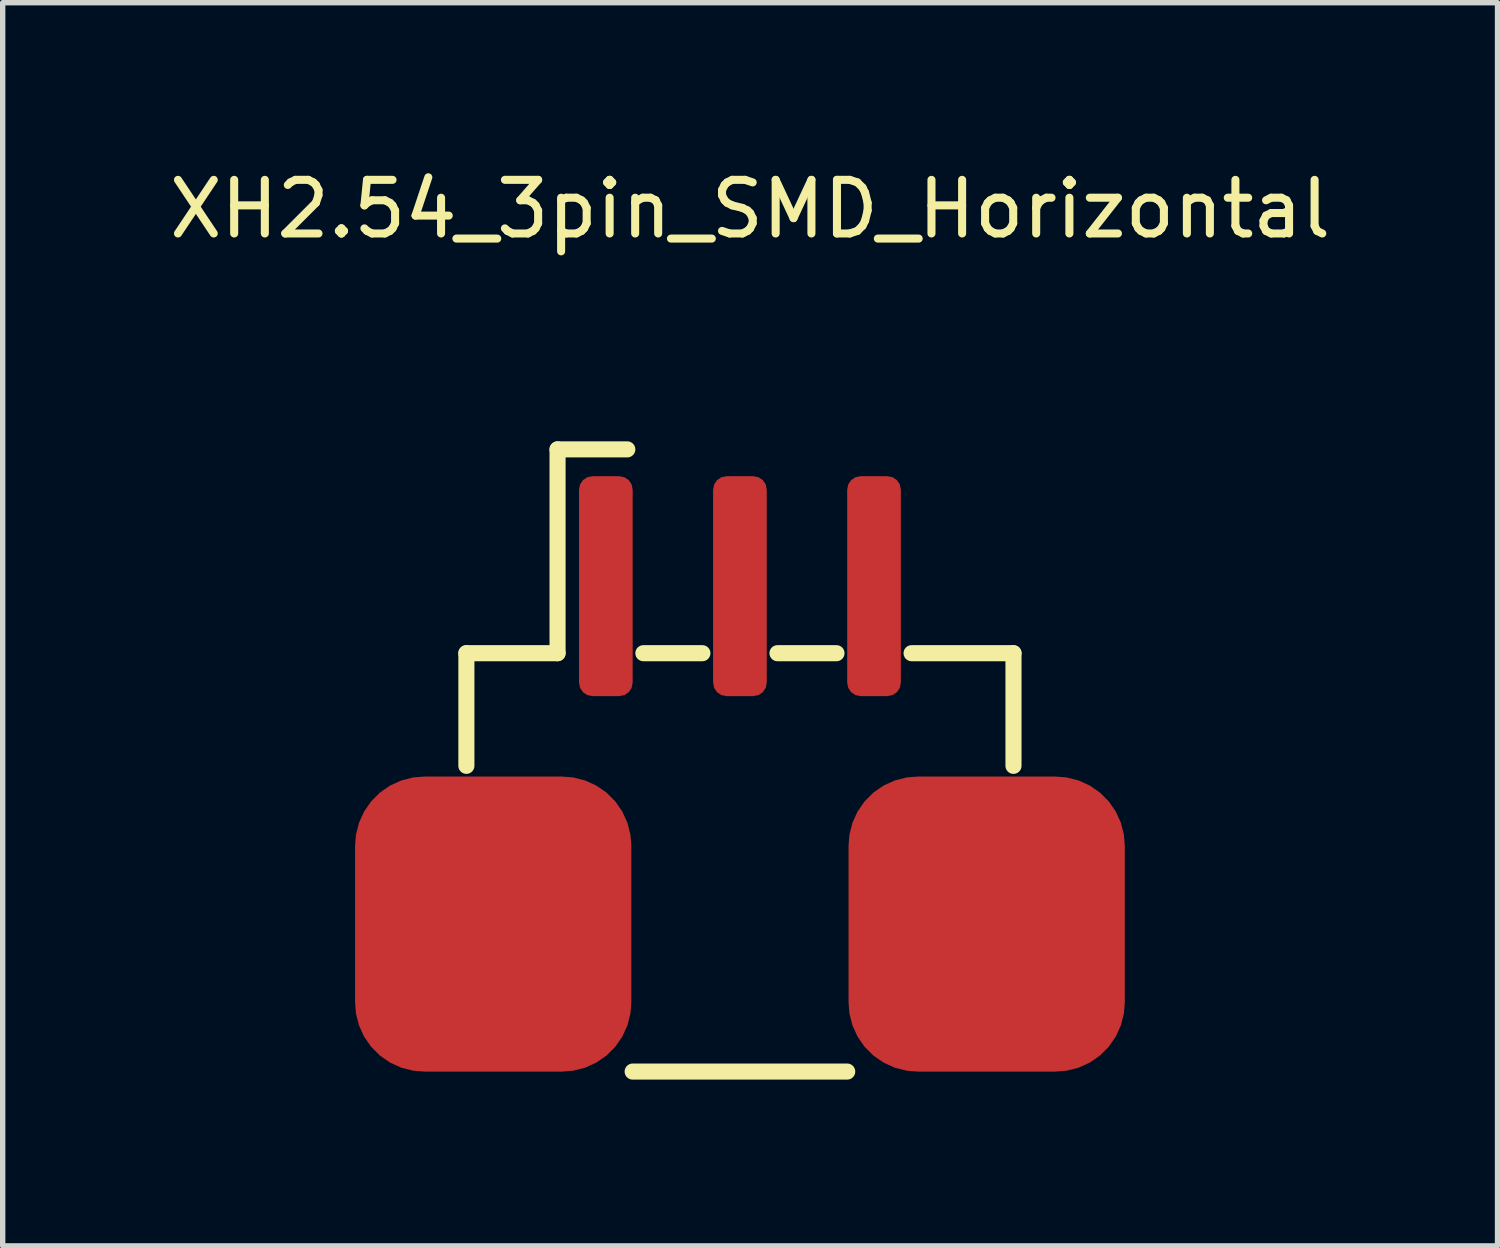
<source format=kicad_pcb>
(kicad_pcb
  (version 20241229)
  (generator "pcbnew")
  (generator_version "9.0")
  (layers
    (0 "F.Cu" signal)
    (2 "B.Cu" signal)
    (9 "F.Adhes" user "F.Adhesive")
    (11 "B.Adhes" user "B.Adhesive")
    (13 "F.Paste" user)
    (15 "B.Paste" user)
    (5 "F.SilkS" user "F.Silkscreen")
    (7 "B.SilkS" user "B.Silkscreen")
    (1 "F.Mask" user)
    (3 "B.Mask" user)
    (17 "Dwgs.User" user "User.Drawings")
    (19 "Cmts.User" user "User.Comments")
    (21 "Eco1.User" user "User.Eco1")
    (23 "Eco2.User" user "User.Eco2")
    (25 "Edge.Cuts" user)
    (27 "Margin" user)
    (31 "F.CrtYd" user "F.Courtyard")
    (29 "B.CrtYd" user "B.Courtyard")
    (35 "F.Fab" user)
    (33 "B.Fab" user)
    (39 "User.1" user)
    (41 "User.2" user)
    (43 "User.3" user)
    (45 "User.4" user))
  (footprint "XH2.54_3pin_SMD_Horizontal"
    (layer "F.Cu")
    (at 10.745 16.928)
    (property "Reference" "XH2.54_3pin_SMD_Horizontal" (at 0.19 -16.08 0) (layer "F.SilkS") (effects (font (size 1 1) (thickness 0.15))))
    (attr through_hole)
    (fp_line (start -5.1 -7.8) (end -5.1 -5.7) (stroke (width 0.3) (type solid)) (layer "F.SilkS"))
    (fp_line (start -5.1 -7.8) (end -3.4 -7.8) (stroke (width 0.3) (type solid)) (layer "F.SilkS"))
    (fp_line (start -3.4 -11.6) (end -2.1 -11.6) (stroke (width 0.3) (type solid)) (layer "F.SilkS"))
    (fp_line (start -3.4 -7.8) (end -3.4 -11.6) (stroke (width 0.3) (type solid)) (layer "F.SilkS"))
    (fp_line (start -2 0) (end 2 0) (stroke (width 0.3) (type solid)) (layer "F.SilkS"))
    (fp_line (start -1.8 -7.8) (end -0.7 -7.8) (stroke (width 0.3) (type solid)) (layer "F.SilkS"))
    (fp_line (start 0.7 -7.8) (end 1.8 -7.8) (stroke (width 0.3) (type solid)) (layer "F.SilkS"))
    (fp_line (start 5.1 -7.8) (end 3.2 -7.8) (stroke (width 0.3) (type solid)) (layer "F.SilkS"))
    (fp_line (start 5.1 -7.8) (end 5.1 -5.7) (stroke (width 0.3) (type solid)) (layer "F.SilkS"))
    (pad "0" smd roundrect (at -4.6 -2.75) (size 5.15 5.5) (layers "F.Cu" "F.Mask" "F.Paste") (roundrect_rratio 0.25))
    (pad "0" smd roundrect (at 4.6 -2.75) (size 5.15 5.5) (layers "F.Cu" "F.Mask" "F.Paste") (roundrect_rratio 0.25))
    (pad "1" smd roundrect (at -2.5 -9.05) (size 1 4.1) (layers "F.Cu" "F.Mask" "F.Paste") (roundrect_rratio 0.25))
    (pad "2" smd roundrect (at 0 -9.05) (size 1 4.1) (layers "F.Cu" "F.Mask" "F.Paste") (roundrect_rratio 0.25))
    (pad "3" smd roundrect (at 2.5 -9.05) (size 1 4.1) (layers "F.Cu" "F.Mask" "F.Paste") (roundrect_rratio 0.25)))
  (gr_rect
    (start -3 -3)
    (end 24.869 20.178)
    (stroke (width 0.1) (type default))
    (fill no)
    (layer "Edge.Cuts")))
</source>
